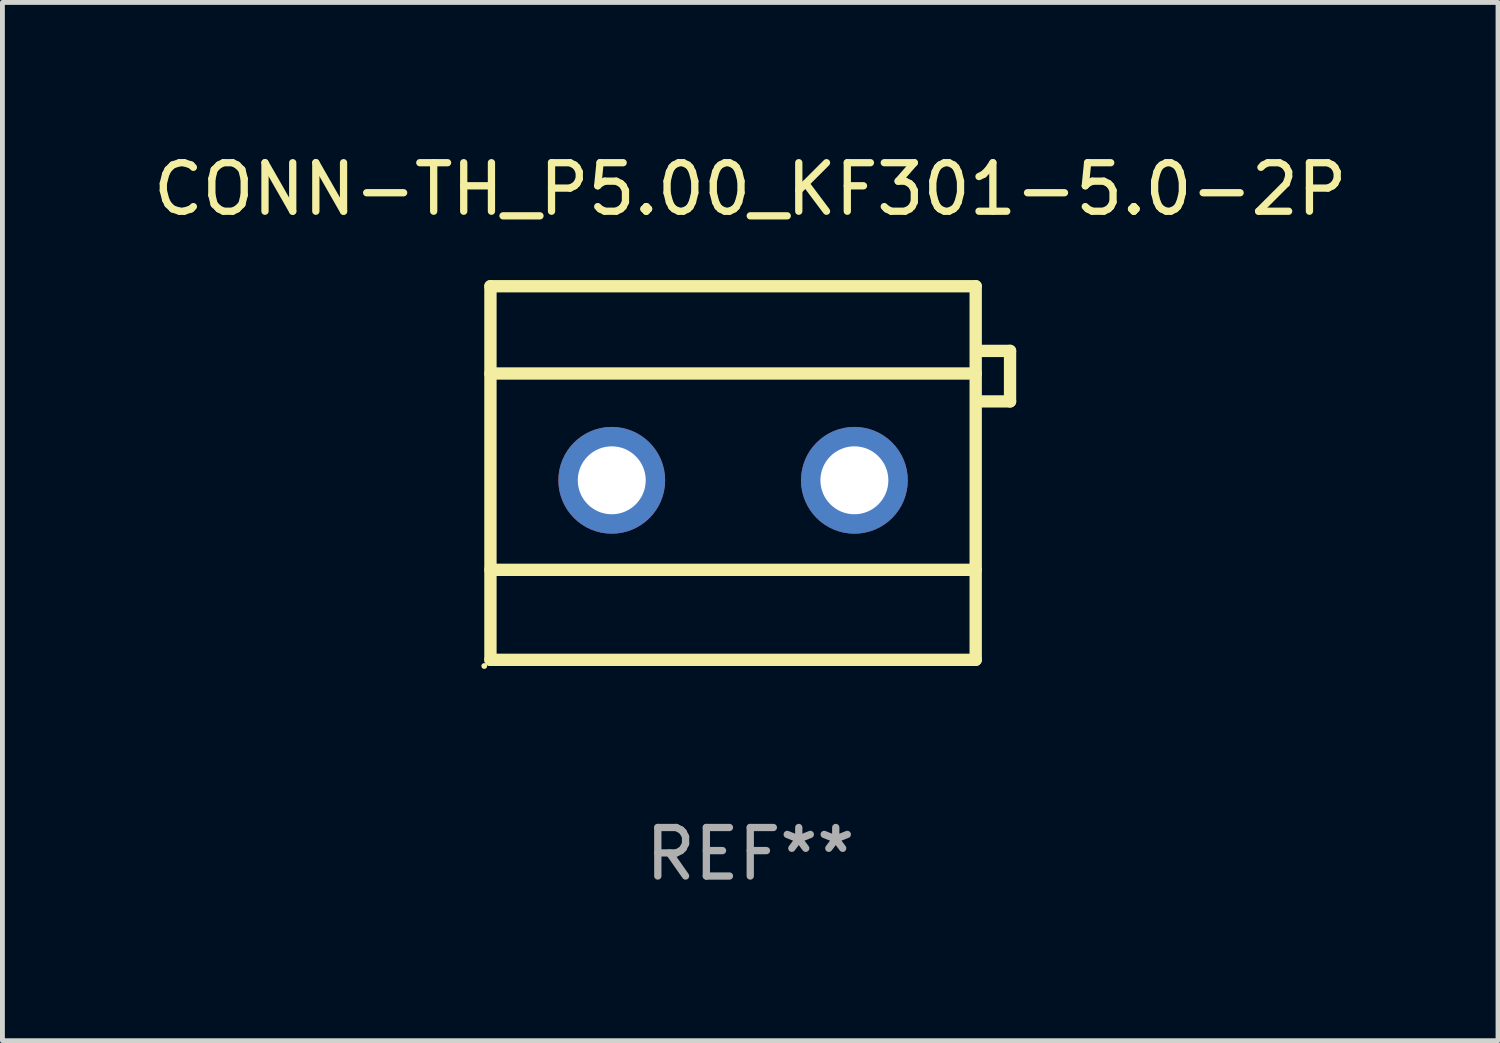
<source format=kicad_pcb>
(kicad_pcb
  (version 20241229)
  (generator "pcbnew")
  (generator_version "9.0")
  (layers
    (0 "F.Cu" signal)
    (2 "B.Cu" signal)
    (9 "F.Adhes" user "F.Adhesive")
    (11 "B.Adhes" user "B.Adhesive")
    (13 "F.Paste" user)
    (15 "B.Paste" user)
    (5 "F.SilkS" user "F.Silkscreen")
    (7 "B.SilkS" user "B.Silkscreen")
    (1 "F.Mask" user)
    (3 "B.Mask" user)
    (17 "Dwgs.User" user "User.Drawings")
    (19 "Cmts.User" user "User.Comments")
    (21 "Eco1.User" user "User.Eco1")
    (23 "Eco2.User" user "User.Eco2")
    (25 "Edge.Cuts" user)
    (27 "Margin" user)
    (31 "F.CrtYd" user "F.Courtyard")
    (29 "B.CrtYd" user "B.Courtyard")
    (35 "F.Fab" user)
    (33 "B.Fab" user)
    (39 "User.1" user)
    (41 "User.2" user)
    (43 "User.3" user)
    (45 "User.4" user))
  (footprint "CONN-TH_P5.00_KF301-5.0-2P"
    (layer "F.Cu")
    (at 12.057 6.848)
    (property "Reference" "CONN-TH_P5.00_KF301-5.0-2P" (at 0.354 -6 0) (layer "F.SilkS") (effects (font (size 1 1) (thickness 0.15))))
    (attr through_hole)
    (fp_line (start -5 -4) (end -5 3.7) (stroke (width 0.254) (type solid)) (layer "F.SilkS"))
    (fp_line (start -5 -4) (end 5 -4) (stroke (width 0.254) (type solid)) (layer "F.SilkS"))
    (fp_line (start -5 -2.201) (end 5 -2.201) (stroke (width 0.254) (type solid)) (layer "F.SilkS"))
    (fp_line (start -5 1.845) (end 5 1.845) (stroke (width 0.254) (type solid)) (layer "F.SilkS"))
    (fp_line (start -5 3.7) (end 5 3.7) (stroke (width 0.254) (type solid)) (layer "F.SilkS"))
    (fp_line (start 5 -4) (end 5 3.7) (stroke (width 0.254) (type solid)) (layer "F.SilkS"))
    (fp_line (start 5.08 -2.667) (end 5.708 -2.667) (stroke (width 0.254) (type solid)) (layer "F.SilkS"))
    (fp_line (start 5.708 -2.667) (end 5.708 -1.626) (stroke (width 0.254) (type solid)) (layer "F.SilkS"))
    (fp_line (start 5.708 -1.626) (end 5.08 -1.626) (stroke (width 0.254) (type solid)) (layer "F.SilkS"))
    (fp_circle (center -5.127 3.827) (end -5.097 3.827) (stroke (width 0.06) (type solid)) (fill no) (layer "F.SilkS"))
    (fp_text user "REF**" (at 0.354 7.7 0) (layer "F.Fab") (effects (font (size 1 1) (thickness 0.15))))
    (pad "1" thru_hole circle (at -2.5 0) (size 2.2 2.2) (drill 1.4) (layers "*.Cu" "*.Mask"))
    (pad "2" thru_hole circle (at 2.5 0) (size 2.2 2.2) (drill 1.4) (layers "*.Cu" "*.Mask")))
  (gr_rect
    (start -3 -3)
    (end 27.821 18.396)
    (stroke (width 0.1) (type default))
    (fill no)
    (layer "Edge.Cuts")))
</source>
